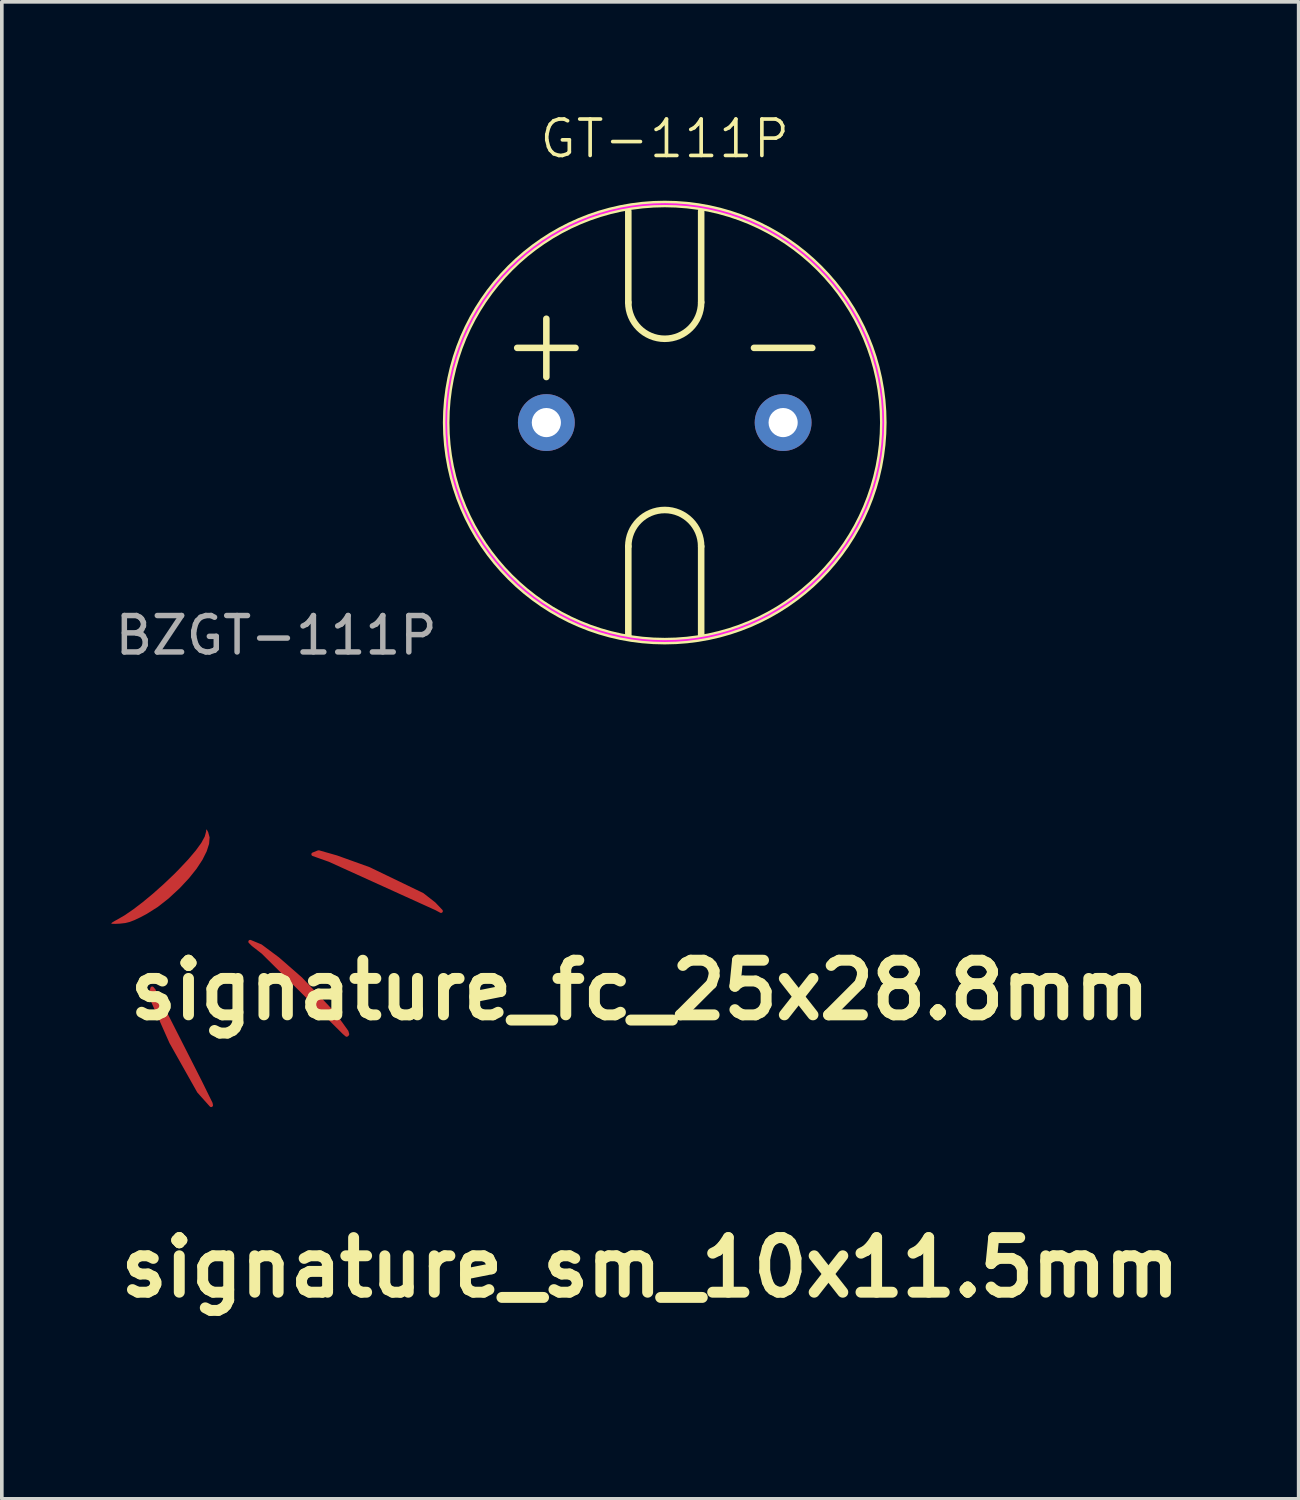
<source format=kicad_pcb>
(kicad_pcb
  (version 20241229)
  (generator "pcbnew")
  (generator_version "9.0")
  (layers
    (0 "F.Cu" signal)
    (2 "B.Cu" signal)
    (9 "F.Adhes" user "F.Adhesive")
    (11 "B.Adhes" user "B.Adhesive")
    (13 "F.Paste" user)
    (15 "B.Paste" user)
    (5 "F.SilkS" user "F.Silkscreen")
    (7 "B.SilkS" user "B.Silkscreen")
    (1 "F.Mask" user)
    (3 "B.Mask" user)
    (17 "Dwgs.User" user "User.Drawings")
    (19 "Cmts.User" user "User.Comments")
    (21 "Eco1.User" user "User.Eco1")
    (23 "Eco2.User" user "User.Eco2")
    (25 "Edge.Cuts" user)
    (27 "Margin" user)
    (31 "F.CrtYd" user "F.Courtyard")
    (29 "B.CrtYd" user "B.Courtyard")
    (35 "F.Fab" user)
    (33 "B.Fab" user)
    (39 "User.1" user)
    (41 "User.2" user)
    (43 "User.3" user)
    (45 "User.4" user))
  (footprint "signature_sm_10x11.5mm"
    (layer "F.Cu")
    (at 14.8 31.745)
    (property "Reference" "signature_sm_10x11.5mm" (at 0 0 0) (layer "F.SilkS") (effects (font (size 1.5 1.5) (thickness 0.3))))
    (attr board_only exclude_from_pos_files exclude_from_bom)
    (fp_poly (pts (xy -0.08 1.69) (xy 0.225 1.932) (xy 0.486 2.179) (xy 0.75 2.479) (xy 0.855 2.632) (xy 0.862 2.655) (xy 0.854 2.661) (xy 0.39 2.21) (xy -0.02 1.75) (xy 0.06 1.83)) (stroke (width 0.1) (type solid)) (fill yes) (layer "F.Mask"))
    (fp_poly (pts (xy -1.36 1.49) (xy -1.5 1.54) (xy -1.69 1.55) (xy -1.06 1.2) (xy -0.71 0.87) (xy -0.44 0.49) (xy -0.44 0.66) (xy -0.48 0.73) (xy -0.51 0.78) (xy -0.69 0.98) (xy -0.9 1.19)) (stroke (width 0.1) (type solid)) (fill yes) (layer "F.Mask"))
    (fp_poly (pts (xy -0.964 2.366) (xy -1.03 2.23) (xy -0.55 3.18) (xy -0.5 3.28) (xy -0.5 3.3) (xy -0.58 3.22) (xy -0.63 3.15) (xy -0.73 2.96) (xy -0.89 2.62) (xy -1 2.36) (xy -1.04 2.19)) (stroke (width 0.1) (type solid)) (fill yes) (layer "F.Mask"))
    (fp_poly (pts (xy 1.695 1.474) (xy 0.403 0.887) (xy 0.398 0.874) (xy 0.417 0.872) (xy 0.84 1) (xy 1.377 1.24) (xy 1.561 1.344) (xy 1.675 1.426) (xy 1.708 1.48) (xy 1.659 1.458) (xy 1.602 1.433) (xy 1.615 1.442)) (stroke (width 0.1) (type solid)) (fill yes) (layer "F.Mask")))
  (footprint "GT-111P"
    (layer "F.Cu")
    (at 15.198 8.55)
    (property "Reference" "GT-111P" (at 0 -7.79 0) (unlocked yes) (layer "F.SilkS") (effects (font (size 1 1) (thickness 0.1))))
    (attr through_hole)
    (fp_line (start -4.05 -2.05) (end -2.45 -2.05) (stroke (width 0.18) (type default)) (layer "F.SilkS"))
    (fp_line (start -3.25 -2.85) (end -3.25 -1.25) (stroke (width 0.18) (type default)) (layer "F.SilkS"))
    (fp_line (start -1 -3.3) (end -1 -5.8) (stroke (width 0.18) (type default)) (layer "F.SilkS"))
    (fp_line (start -1 3.4) (end -1 5.9) (stroke (width 0.18) (type default)) (layer "F.SilkS"))
    (fp_line (start 1 -3.3) (end 1 -5.8) (stroke (width 0.18) (type default)) (layer "F.SilkS"))
    (fp_line (start 1 3.4) (end 1 5.9) (stroke (width 0.18) (type default)) (layer "F.SilkS"))
    (fp_line (start 2.45 -2.05) (end 4.05 -2.05) (stroke (width 0.18) (type default)) (layer "F.SilkS"))
    (fp_arc (start -1 3.4) (mid 0 2.4) (end 1 3.4) (stroke (width 0.18) (type default)) (layer "F.SilkS"))
    (fp_arc (start 1 -3.3) (mid 0 -2.3) (end -1 -3.3) (stroke (width 0.18) (type default)) (layer "F.SilkS"))
    (fp_circle (center 0 0) (end 6 0) (stroke (width 0.18) (type default)) (fill no) (layer "F.SilkS"))
    (fp_circle (center 0 0) (end 3.85 4.6) (stroke (width 0.05) (type default)) (fill no) (layer "F.CrtYd"))
    (fp_text user "BZ${REFERENCE}" (at -10.668 5.842 0) (unlocked yes) (layer "F.Fab") (effects (font (size 1 1) (thickness 0.15))))
    (pad "1" thru_hole circle (at -3.25 0) (size 1.56 1.56) (drill 0.8) (layers "*.Cu" "*.Mask"))
    (pad "2" thru_hole circle (at 3.25 0) (size 1.56 1.56) (drill 0.8) (layers "*.Cu" "*.Mask")))
  (footprint "signature_fc_25x28.8mm"
    (layer "F.Cu")
    (at 3.857 18.491)
    (property "Reference" "signature_fc_25x28.8mm" (at 10.66 5.64 0) (layer "F.SilkS") (effects (font (size 1.5 1.5) (thickness 0.3))))
    (attr board_only exclude_from_pos_files exclude_from_bom)
    (fp_poly (pts (xy 5.2 3.47) (xy 5.01 3.27) (xy 4.69 3.02) (xy 3.22 2.31) (xy 2.33 1.99) (xy 1.84 1.85) (xy 1.69 1.91) (xy 2.14 2.07) (xy 5.07 3.4)) (stroke (width 0.1) (type solid)) (fill yes) (layer "F.Cu"))
    (fp_poly (pts (xy -2.69 5.64) (xy -1.41 8.16) (xy -1.12 8.75) (xy -1.11 8.8) (xy -1.45 8.42) (xy -2.21 7.07) (xy -2.73 5.9) (xy -2.75 5.69) (xy -2.73 5.59) (xy -2.68 5.65)) (stroke (width 0.1) (type solid)) (fill yes) (layer "F.Cu"))
    (fp_poly (pts (xy -0.04 4.31) (xy 0.25 4.43) (xy 0.72 4.78) (xy 1.35 5.33) (xy 2.25 6.28) (xy 2.61 6.78) (xy 2.63 6.85) (xy 2.61 6.87) (xy 2.54 6.81) (xy 0.31 4.6) (xy 0.04 4.39)) (stroke (width 0.1) (type solid)) (fill yes) (layer "F.Cu"))
    (fp_poly (pts (xy -1.23 1.236) (xy -1.193 1.3) (xy -1.193 1.3) (xy -1.153 1.446) (xy -1.167 1.624) (xy -1.234 1.831) (xy -1.349 2.061) (xy -1.511 2.308) (xy -1.717 2.566) (xy -1.964 2.831) (xy -1.979 2.846) (xy -2.283 3.127) (xy -2.577 3.357) (xy -2.879 3.548) (xy -3.046 3.637) (xy -3.214 3.717) (xy -3.347 3.768) (xy -3.468 3.798) (xy -3.602 3.813) (xy -3.61 3.814) (xy -3.731 3.82) (xy -3.819 3.819) (xy -3.857 3.811) (xy -3.857 3.81) (xy -3.829 3.784) (xy -3.756 3.739) (xy -3.692 3.705) (xy -3.487 3.586) (xy -3.248 3.422) (xy -2.984 3.22) (xy -2.705 2.989) (xy -2.42 2.735) (xy -2.139 2.468) (xy -2.011 2.339) (xy -1.743 2.055) (xy -1.533 1.807) (xy -1.381 1.598) (xy -1.287 1.425) (xy -1.25 1.29) (xy -1.249 1.278) (xy -1.246 1.23)) (stroke (width 0) (type solid)) (fill yes) (layer "F.Cu")))
  (gr_rect
    (start -3 -3)
    (end 32.6 38.095)
    (stroke (width 0.1) (type default))
    (fill no)
    (layer "Edge.Cuts")))
</source>
